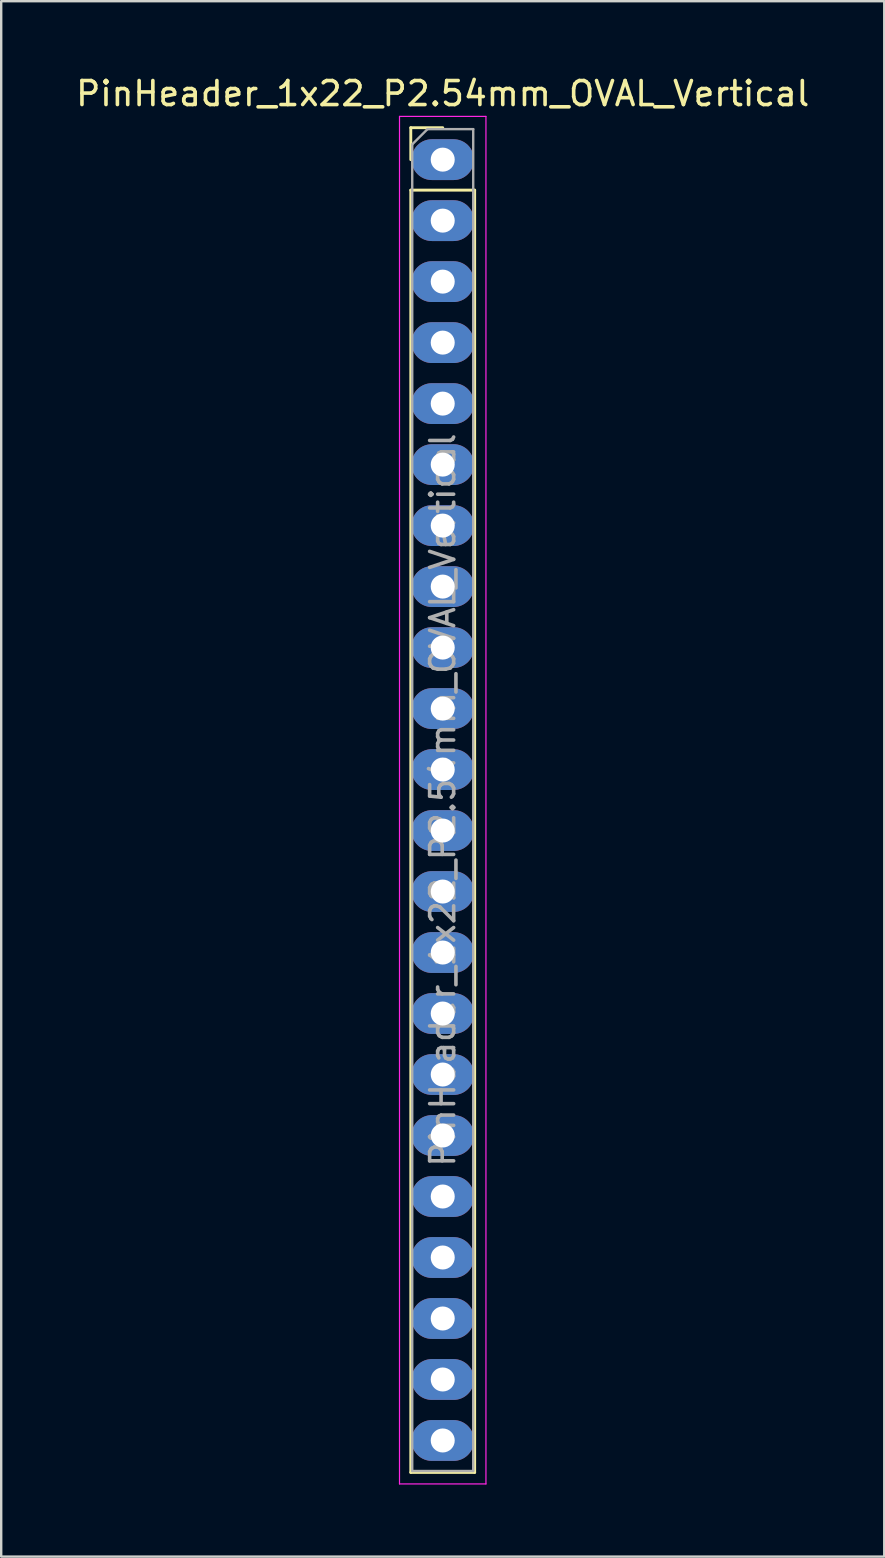
<source format=kicad_pcb>
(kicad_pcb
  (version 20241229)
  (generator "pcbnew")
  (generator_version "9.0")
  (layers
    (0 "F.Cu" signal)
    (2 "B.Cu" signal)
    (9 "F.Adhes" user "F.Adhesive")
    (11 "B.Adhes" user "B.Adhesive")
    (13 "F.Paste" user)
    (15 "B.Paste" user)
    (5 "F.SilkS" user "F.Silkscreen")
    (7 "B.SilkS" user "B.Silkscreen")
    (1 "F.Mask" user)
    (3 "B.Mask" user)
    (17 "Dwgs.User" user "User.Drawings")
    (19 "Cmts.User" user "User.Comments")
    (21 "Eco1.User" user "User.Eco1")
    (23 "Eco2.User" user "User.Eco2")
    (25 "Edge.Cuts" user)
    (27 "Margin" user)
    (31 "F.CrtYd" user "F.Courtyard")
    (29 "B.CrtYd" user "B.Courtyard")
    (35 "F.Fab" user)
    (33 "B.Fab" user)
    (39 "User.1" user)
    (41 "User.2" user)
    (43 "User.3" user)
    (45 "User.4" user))
  (footprint "PinHeader_1x22_P2.54mm_OVAL_Vertical"
    (layer "F.Cu")
    (at 15.387 3.598)
    (property "Reference" "PinHeader_1x22_P2.54mm_OVAL_Vertical" (at 0 -2.75 0) (unlocked yes) (layer "F.SilkS") (effects (font (size 1 1) (thickness 0.15))))
    (attr through_hole)
    (fp_line (start -1.33 -1.33) (end 0 -1.33) (stroke (width 0.12) (type solid)) (layer "F.SilkS"))
    (fp_line (start -1.33 0) (end -1.33 -1.33) (stroke (width 0.12) (type solid)) (layer "F.SilkS"))
    (fp_line (start -1.33 1.27) (end -1.33 54.67) (stroke (width 0.12) (type solid)) (layer "F.SilkS"))
    (fp_line (start -1.33 1.27) (end 1.33 1.27) (stroke (width 0.12) (type solid)) (layer "F.SilkS"))
    (fp_line (start -1.33 54.67) (end 1.33 54.67) (stroke (width 0.12) (type solid)) (layer "F.SilkS"))
    (fp_line (start 1.33 1.27) (end 1.33 54.67) (stroke (width 0.12) (type solid)) (layer "F.SilkS"))
    (fp_line (start -1.8 -1.8) (end -1.8 55.15) (stroke (width 0.05) (type solid)) (layer "F.CrtYd"))
    (fp_line (start -1.8 55.15) (end 1.8 55.15) (stroke (width 0.05) (type solid)) (layer "F.CrtYd"))
    (fp_line (start 1.8 -1.8) (end -1.8 -1.8) (stroke (width 0.05) (type solid)) (layer "F.CrtYd"))
    (fp_line (start 1.8 55.15) (end 1.8 -1.8) (stroke (width 0.05) (type solid)) (layer "F.CrtYd"))
    (fp_line (start -1.27 -0.635) (end -0.635 -1.27) (stroke (width 0.1) (type solid)) (layer "F.Fab"))
    (fp_line (start -1.27 54.61) (end -1.27 -0.635) (stroke (width 0.1) (type solid)) (layer "F.Fab"))
    (fp_line (start -0.635 -1.27) (end 1.27 -1.27) (stroke (width 0.1) (type solid)) (layer "F.Fab"))
    (fp_line (start 1.27 -1.27) (end 1.27 54.61) (stroke (width 0.1) (type solid)) (layer "F.Fab"))
    (fp_line (start 1.27 54.61) (end -1.27 54.61) (stroke (width 0.1) (type solid)) (layer "F.Fab"))
    (fp_text user "${REFERENCE}" (at 0 26.67 90) (layer "F.Fab") (effects (font (size 1 1) (thickness 0.15))))
    (pad "1" thru_hole oval (at 0 0) (size 2.6 1.7) (drill 1) (layers "*.Cu" "*.Mask"))
    (pad "2" thru_hole oval (at 0 2.54) (size 2.6 1.7) (drill 1) (layers "*.Cu" "*.Mask"))
    (pad "3" thru_hole oval (at 0 5.08) (size 2.6 1.7) (drill 1) (layers "*.Cu" "*.Mask"))
    (pad "4" thru_hole oval (at 0 7.62) (size 2.6 1.7) (drill 1) (layers "*.Cu" "*.Mask"))
    (pad "5" thru_hole oval (at 0 10.16) (size 2.6 1.7) (drill 1) (layers "*.Cu" "*.Mask"))
    (pad "6" thru_hole oval (at 0 12.7) (size 2.6 1.7) (drill 1) (layers "*.Cu" "*.Mask"))
    (pad "7" thru_hole oval (at 0 15.24) (size 2.6 1.7) (drill 1) (layers "*.Cu" "*.Mask"))
    (pad "8" thru_hole oval (at 0 17.78) (size 2.6 1.7) (drill 1) (layers "*.Cu" "*.Mask"))
    (pad "9" thru_hole oval (at 0 20.32) (size 2.6 1.7) (drill 1) (layers "*.Cu" "*.Mask"))
    (pad "10" thru_hole oval (at 0 22.86) (size 2.6 1.7) (drill 1) (layers "*.Cu" "*.Mask"))
    (pad "11" thru_hole oval (at 0 25.4) (size 2.6 1.7) (drill 1) (layers "*.Cu" "*.Mask"))
    (pad "12" thru_hole oval (at 0 27.94) (size 2.6 1.7) (drill 1) (layers "*.Cu" "*.Mask"))
    (pad "13" thru_hole oval (at 0 30.48) (size 2.6 1.7) (drill 1) (layers "*.Cu" "*.Mask"))
    (pad "14" thru_hole oval (at 0 33.02) (size 2.6 1.7) (drill 1) (layers "*.Cu" "*.Mask"))
    (pad "15" thru_hole oval (at 0 35.56) (size 2.6 1.7) (drill 1) (layers "*.Cu" "*.Mask"))
    (pad "16" thru_hole oval (at 0 38.1) (size 2.6 1.7) (drill 1) (layers "*.Cu" "*.Mask"))
    (pad "17" thru_hole oval (at 0 40.64) (size 2.6 1.7) (drill 1) (layers "*.Cu" "*.Mask"))
    (pad "18" thru_hole oval (at 0 43.18) (size 2.6 1.7) (drill 1) (layers "*.Cu" "*.Mask"))
    (pad "19" thru_hole oval (at 0 45.72) (size 2.6 1.7) (drill 1) (layers "*.Cu" "*.Mask"))
    (pad "20" thru_hole oval (at 0 48.26) (size 2.6 1.7) (drill 1) (layers "*.Cu" "*.Mask"))
    (pad "21" thru_hole oval (at 0 50.8) (size 2.6 1.7) (drill 1) (layers "*.Cu" "*.Mask"))
    (pad "22" thru_hole oval (at 0 53.34) (size 2.6 1.7) (drill 1) (layers "*.Cu" "*.Mask")))
  (gr_rect
    (start -3 -3)
    (end 33.774 61.773)
    (stroke (width 0.1) (type default))
    (fill no)
    (layer "Edge.Cuts")))
</source>
